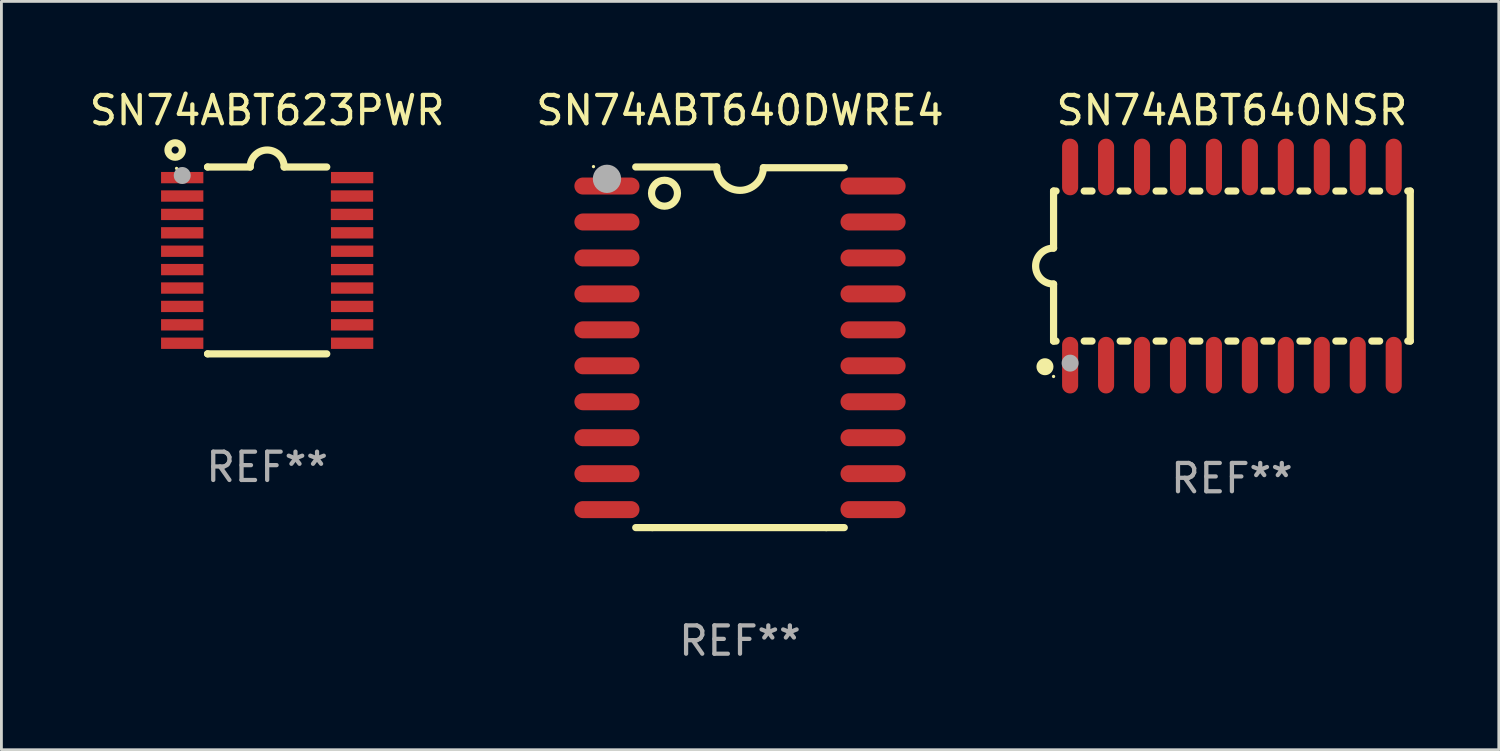
<source format=kicad_pcb>
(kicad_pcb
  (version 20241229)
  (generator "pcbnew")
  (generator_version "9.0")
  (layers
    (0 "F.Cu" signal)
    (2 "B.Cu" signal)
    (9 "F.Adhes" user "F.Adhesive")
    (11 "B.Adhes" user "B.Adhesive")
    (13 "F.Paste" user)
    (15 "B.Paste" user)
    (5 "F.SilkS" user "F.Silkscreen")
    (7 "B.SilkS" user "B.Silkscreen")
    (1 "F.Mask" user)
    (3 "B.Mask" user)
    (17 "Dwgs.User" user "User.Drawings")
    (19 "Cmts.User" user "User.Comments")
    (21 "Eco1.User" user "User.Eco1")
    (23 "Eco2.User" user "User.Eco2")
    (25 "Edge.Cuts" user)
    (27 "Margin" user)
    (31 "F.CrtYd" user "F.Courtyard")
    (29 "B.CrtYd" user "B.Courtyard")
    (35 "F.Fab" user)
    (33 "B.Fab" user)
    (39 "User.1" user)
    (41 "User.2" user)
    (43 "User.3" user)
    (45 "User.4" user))
  (footprint "SN74ABT640NSR"
    (layer "F.Cu")
    (at 40.465 6.348)
    (property "Reference" "SN74ABT640NSR" (at 0 -5.5 0) (layer "F.SilkS") (effects (font (size 1 1) (thickness 0.15))))
    (attr through_hole)
    (fp_line (start -6.3 -2.65) (end -6.3 -0.635) (stroke (width 0.254) (type solid)) (layer "F.SilkS"))
    (fp_line (start -6.3 -2.65) (end -6.212 -2.65) (stroke (width 0.254) (type solid)) (layer "F.SilkS"))
    (fp_line (start -6.3 2.65) (end -6.3 0.635) (stroke (width 0.254) (type solid)) (layer "F.SilkS"))
    (fp_line (start -6.3 2.65) (end -6.212 2.65) (stroke (width 0.254) (type solid)) (layer "F.SilkS"))
    (fp_line (start -5.218 -2.65) (end -4.942 -2.65) (stroke (width 0.254) (type solid)) (layer "F.SilkS"))
    (fp_line (start -5.218 2.65) (end -4.942 2.65) (stroke (width 0.254) (type solid)) (layer "F.SilkS"))
    (fp_line (start -3.948 -2.65) (end -3.672 -2.65) (stroke (width 0.254) (type solid)) (layer "F.SilkS"))
    (fp_line (start -3.948 2.65) (end -3.672 2.65) (stroke (width 0.254) (type solid)) (layer "F.SilkS"))
    (fp_line (start -2.678 -2.65) (end -2.402 -2.65) (stroke (width 0.254) (type solid)) (layer "F.SilkS"))
    (fp_line (start -2.678 2.65) (end -2.402 2.65) (stroke (width 0.254) (type solid)) (layer "F.SilkS"))
    (fp_line (start -1.408 -2.65) (end -1.132 -2.65) (stroke (width 0.254) (type solid)) (layer "F.SilkS"))
    (fp_line (start -1.408 2.65) (end -1.132 2.65) (stroke (width 0.254) (type solid)) (layer "F.SilkS"))
    (fp_line (start -0.138 -2.65) (end 0.138 -2.65) (stroke (width 0.254) (type solid)) (layer "F.SilkS"))
    (fp_line (start -0.138 2.65) (end 0.138 2.65) (stroke (width 0.254) (type solid)) (layer "F.SilkS"))
    (fp_line (start 1.132 -2.65) (end 1.408 -2.65) (stroke (width 0.254) (type solid)) (layer "F.SilkS"))
    (fp_line (start 1.132 2.65) (end 1.408 2.65) (stroke (width 0.254) (type solid)) (layer "F.SilkS"))
    (fp_line (start 2.402 -2.65) (end 2.678 -2.65) (stroke (width 0.254) (type solid)) (layer "F.SilkS"))
    (fp_line (start 2.402 2.65) (end 2.678 2.65) (stroke (width 0.254) (type solid)) (layer "F.SilkS"))
    (fp_line (start 3.672 -2.65) (end 3.948 -2.65) (stroke (width 0.254) (type solid)) (layer "F.SilkS"))
    (fp_line (start 3.672 2.65) (end 3.948 2.65) (stroke (width 0.254) (type solid)) (layer "F.SilkS"))
    (fp_line (start 4.942 -2.65) (end 5.218 -2.65) (stroke (width 0.254) (type solid)) (layer "F.SilkS"))
    (fp_line (start 4.942 2.65) (end 5.218 2.65) (stroke (width 0.254) (type solid)) (layer "F.SilkS"))
    (fp_line (start 6.212 -2.65) (end 6.3 -2.65) (stroke (width 0.254) (type solid)) (layer "F.SilkS"))
    (fp_line (start 6.212 2.65) (end 6.3 2.65) (stroke (width 0.254) (type solid)) (layer "F.SilkS"))
    (fp_line (start 6.3 -2.65) (end 6.3 2.65) (stroke (width 0.254) (type solid)) (layer "F.SilkS"))
    (fp_arc (start -6.299975 0.634874) (mid -6.933579 0.000127) (end -6.299213 -0.633858) (stroke (width 0.254001) (type solid)) (layer "F.SilkS"))
    (fp_circle (center -6.604 3.556) (end -6.454 3.556) (stroke (width 0.3) (type solid)) (fill no) (layer "F.SilkS"))
    (fp_circle (center -6.3 3.9) (end -6.27 3.9) (stroke (width 0.06) (type solid)) (fill no) (layer "F.SilkS"))
    (fp_circle (center -5.715 3.429) (end -5.565 3.429) (stroke (width 0.3) (type solid)) (fill no) (layer "F.Fab"))
    (fp_text user "REF**" (at 0 7.5 0) (layer "F.Fab") (effects (font (size 1 1) (thickness 0.15))))
    (pad "1" smd oval (at -5.715 3.5) (size 0.568 2) (layers "F.Cu" "F.Mask" "F.Paste"))
    (pad "2" smd oval (at -4.445 3.5) (size 0.568 2) (layers "F.Cu" "F.Mask" "F.Paste"))
    (pad "3" smd oval (at -3.175 3.5) (size 0.568 2) (layers "F.Cu" "F.Mask" "F.Paste"))
    (pad "4" smd oval (at -1.905 3.5) (size 0.568 2) (layers "F.Cu" "F.Mask" "F.Paste"))
    (pad "5" smd oval (at -0.635 3.5) (size 0.568 2) (layers "F.Cu" "F.Mask" "F.Paste"))
    (pad "6" smd oval (at 0.635 3.5) (size 0.568 2) (layers "F.Cu" "F.Mask" "F.Paste"))
    (pad "7" smd oval (at 1.905 3.5) (size 0.568 2) (layers "F.Cu" "F.Mask" "F.Paste"))
    (pad "8" smd oval (at 3.175 3.5) (size 0.568 2) (layers "F.Cu" "F.Mask" "F.Paste"))
    (pad "9" smd oval (at 4.445 3.5) (size 0.568 2) (layers "F.Cu" "F.Mask" "F.Paste"))
    (pad "10" smd oval (at 5.715 3.5) (size 0.568 2) (layers "F.Cu" "F.Mask" "F.Paste"))
    (pad "11" smd oval (at 5.715 -3.5) (size 0.568 2) (layers "F.Cu" "F.Mask" "F.Paste"))
    (pad "12" smd oval (at 4.445 -3.5) (size 0.568 2) (layers "F.Cu" "F.Mask" "F.Paste"))
    (pad "13" smd oval (at 3.175 -3.5) (size 0.568 2) (layers "F.Cu" "F.Mask" "F.Paste"))
    (pad "14" smd oval (at 1.905 -3.5) (size 0.568 2) (layers "F.Cu" "F.Mask" "F.Paste"))
    (pad "15" smd oval (at 0.635 -3.5) (size 0.568 2) (layers "F.Cu" "F.Mask" "F.Paste"))
    (pad "16" smd oval (at -0.635 -3.5) (size 0.568 2) (layers "F.Cu" "F.Mask" "F.Paste"))
    (pad "17" smd oval (at -1.905 -3.5) (size 0.568 2) (layers "F.Cu" "F.Mask" "F.Paste"))
    (pad "18" smd oval (at -3.175 -3.5) (size 0.568 2) (layers "F.Cu" "F.Mask" "F.Paste"))
    (pad "19" smd oval (at -4.445 -3.5) (size 0.568 2) (layers "F.Cu" "F.Mask" "F.Paste"))
    (pad "20" smd oval (at -5.715 -3.5) (size 0.568 2) (layers "F.Cu" "F.Mask" "F.Paste")))
  (footprint "SN74ABT640DWRE4"
    (layer "F.Cu")
    (at 23.089 9.217)
    (property "Reference" "SN74ABT640DWRE4" (at 0 -8.369 0) (layer "F.SilkS") (effects (font (size 1 1) (thickness 0.15))))
    (attr through_hole)
    (fp_line (start -3.096 6.369) (end -3.683 6.369) (stroke (width 0.254) (type solid)) (layer "F.SilkS"))
    (fp_line (start -0.825 -6.369) (end -3.683 -6.369) (stroke (width 0.254) (type solid)) (layer "F.SilkS"))
    (fp_line (start 0.826 -6.343) (end 3.683 -6.343) (stroke (width 0.254) (type solid)) (layer "F.SilkS"))
    (fp_line (start 3.048 6.369) (end -3.096 6.369) (stroke (width 0.254) (type solid)) (layer "F.SilkS"))
    (fp_line (start 3.048 6.369) (end 3.683 6.369) (stroke (width 0.254) (type solid)) (layer "F.SilkS"))
    (fp_arc (start 0.825527 -6.343129) (mid -0.012478 -5.543126) (end -0.825476 -6.36853) (stroke (width 0.254001) (type solid)) (layer "F.SilkS"))
    (fp_circle (center -5.175 -6.382) (end -5.145 -6.382) (stroke (width 0.06) (type solid)) (fill no) (layer "F.SilkS"))
    (fp_circle (center -2.667 -5.442) (end -2.209 -5.442) (stroke (width 0.254) (type solid)) (fill no) (layer "F.SilkS"))
    (fp_circle (center -4.699 -5.95) (end -4.449 -5.95) (stroke (width 0.5) (type solid)) (fill no) (layer "F.Fab"))
    (fp_text user "REF**" (at 0 10.369 0) (layer "F.Fab") (effects (font (size 1 1) (thickness 0.15))))
    (pad "1" smd oval (at -4.7 -5.696 90) (size 0.6 2.3) (layers "F.Cu" "F.Mask" "F.Paste"))
    (pad "2" smd oval (at -4.7 -4.426 90) (size 0.6 2.3) (layers "F.Cu" "F.Mask" "F.Paste"))
    (pad "3" smd oval (at -4.7 -3.156 90) (size 0.6 2.3) (layers "F.Cu" "F.Mask" "F.Paste"))
    (pad "4" smd oval (at -4.7 -1.886 90) (size 0.6 2.3) (layers "F.Cu" "F.Mask" "F.Paste"))
    (pad "5" smd oval (at -4.7 -0.616 90) (size 0.6 2.3) (layers "F.Cu" "F.Mask" "F.Paste"))
    (pad "6" smd oval (at -4.7 0.654 90) (size 0.6 2.3) (layers "F.Cu" "F.Mask" "F.Paste"))
    (pad "7" smd oval (at -4.7 1.924 90) (size 0.6 2.3) (layers "F.Cu" "F.Mask" "F.Paste"))
    (pad "8" smd oval (at -4.7 3.194 90) (size 0.6 2.3) (layers "F.Cu" "F.Mask" "F.Paste"))
    (pad "9" smd oval (at -4.7 4.464 90) (size 0.6 2.3) (layers "F.Cu" "F.Mask" "F.Paste"))
    (pad "10" smd oval (at -4.7 5.734 90) (size 0.6 2.3) (layers "F.Cu" "F.Mask" "F.Paste"))
    (pad "11" smd oval (at 4.7 5.734 90) (size 0.6 2.3) (layers "F.Cu" "F.Mask" "F.Paste"))
    (pad "12" smd oval (at 4.7 4.464 90) (size 0.6 2.3) (layers "F.Cu" "F.Mask" "F.Paste"))
    (pad "13" smd oval (at 4.7 3.194 90) (size 0.6 2.3) (layers "F.Cu" "F.Mask" "F.Paste"))
    (pad "14" smd oval (at 4.7 1.924 90) (size 0.6 2.3) (layers "F.Cu" "F.Mask" "F.Paste"))
    (pad "15" smd oval (at 4.7 0.654 90) (size 0.6 2.3) (layers "F.Cu" "F.Mask" "F.Paste"))
    (pad "16" smd oval (at 4.7 -0.616 90) (size 0.6 2.3) (layers "F.Cu" "F.Mask" "F.Paste"))
    (pad "17" smd oval (at 4.7 -1.886 90) (size 0.6 2.3) (layers "F.Cu" "F.Mask" "F.Paste"))
    (pad "18" smd oval (at 4.7 -3.156 90) (size 0.6 2.3) (layers "F.Cu" "F.Mask" "F.Paste"))
    (pad "19" smd oval (at 4.7 -4.426 90) (size 0.6 2.3) (layers "F.Cu" "F.Mask" "F.Paste"))
    (pad "20" smd oval (at 4.7 -5.696 90) (size 0.6 2.3) (layers "F.Cu" "F.Mask" "F.Paste")))
  (footprint "SN74ABT623PWR"
    (layer "F.Cu")
    (at 6.387 6.149)
    (property "Reference" "SN74ABT623PWR" (at 0 -5.3 0) (layer "F.SilkS") (effects (font (size 1 1) (thickness 0.15))))
    (attr through_hole)
    (fp_line (start -2.105 -3.3) (end -2.105 -3.3) (stroke (width 0.254) (type solid)) (layer "F.SilkS"))
    (fp_line (start -2.105 -3.3) (end -0.6 -3.3) (stroke (width 0.254) (type solid)) (layer "F.SilkS"))
    (fp_line (start -2.105 3.3) (end -2.105 3.3) (stroke (width 0.254) (type solid)) (layer "F.SilkS"))
    (fp_line (start 0.6 -3.3) (end 2.105 -3.3) (stroke (width 0.254) (type solid)) (layer "F.SilkS"))
    (fp_line (start 2.105 3.3) (end -2.105 3.3) (stroke (width 0.254) (type solid)) (layer "F.SilkS"))
    (fp_arc (start -0.599924 -3.300026) (mid 0.000114 -3.897415) (end 0.600152 -3.300025) (stroke (width 0.254001) (type solid)) (layer "F.SilkS"))
    (fp_circle (center -3.25 -3.9) (end -2.996 -3.9) (stroke (width 0.254) (type solid)) (fill no) (layer "F.SilkS"))
    (fp_circle (center -3.2 -3.25) (end -3.17 -3.25) (stroke (width 0.06) (type solid)) (fill no) (layer "F.SilkS"))
    (fp_circle (center -3 -3) (end -2.85 -3) (stroke (width 0.3) (type solid)) (fill no) (layer "F.Fab"))
    (fp_text user "REF**" (at 0 7.3 0) (layer "F.Fab") (effects (font (size 1 1) (thickness 0.15))))
    (pad "1" smd rect (at -3.001 -2.925 270) (size 0.4 1.494) (layers "F.Cu" "F.Mask" "F.Paste"))
    (pad "2" smd rect (at -3.001 -2.275 270) (size 0.4 1.494) (layers "F.Cu" "F.Mask" "F.Paste"))
    (pad "3" smd rect (at -3.001 -1.625 270) (size 0.4 1.494) (layers "F.Cu" "F.Mask" "F.Paste"))
    (pad "4" smd rect (at -3.001 -0.975 270) (size 0.4 1.494) (layers "F.Cu" "F.Mask" "F.Paste"))
    (pad "5" smd rect (at -3.001 -0.325 270) (size 0.4 1.494) (layers "F.Cu" "F.Mask" "F.Paste"))
    (pad "6" smd rect (at -3.001 0.324 270) (size 0.4 1.494) (layers "F.Cu" "F.Mask" "F.Paste"))
    (pad "7" smd rect (at -3.001 0.975 270) (size 0.4 1.494) (layers "F.Cu" "F.Mask" "F.Paste"))
    (pad "8" smd rect (at -3.001 1.625 270) (size 0.4 1.494) (layers "F.Cu" "F.Mask" "F.Paste"))
    (pad "9" smd rect (at -3.001 2.275 270) (size 0.4 1.494) (layers "F.Cu" "F.Mask" "F.Paste"))
    (pad "10" smd rect (at -3.001 2.925 270) (size 0.4 1.494) (layers "F.Cu" "F.Mask" "F.Paste"))
    (pad "11" smd rect (at 3.001 2.925 270) (size 0.4 1.494) (layers "F.Cu" "F.Mask" "F.Paste"))
    (pad "12" smd rect (at 3.001 2.275 270) (size 0.4 1.494) (layers "F.Cu" "F.Mask" "F.Paste"))
    (pad "13" smd rect (at 3.001 1.625 270) (size 0.4 1.494) (layers "F.Cu" "F.Mask" "F.Paste"))
    (pad "14" smd rect (at 3.001 0.975 270) (size 0.4 1.494) (layers "F.Cu" "F.Mask" "F.Paste"))
    (pad "15" smd rect (at 3.001 0.325 270) (size 0.4 1.494) (layers "F.Cu" "F.Mask" "F.Paste"))
    (pad "16" smd rect (at 3.001 -0.325 270) (size 0.4 1.494) (layers "F.Cu" "F.Mask" "F.Paste"))
    (pad "17" smd rect (at 3.001 -0.975 270) (size 0.4 1.494) (layers "F.Cu" "F.Mask" "F.Paste"))
    (pad "18" smd rect (at 2.996 -1.625 270) (size 0.4 1.494) (layers "F.Cu" "F.Mask" "F.Paste"))
    (pad "19" smd rect (at 2.996 -2.275 270) (size 0.4 1.494) (layers "F.Cu" "F.Mask" "F.Paste"))
    (pad "20" smd rect (at 3.001 -2.925 270) (size 0.4 1.494) (layers "F.Cu" "F.Mask" "F.Paste")))
  (gr_rect
    (start -3 -3)
    (end 49.892 23.434)
    (stroke (width 0.1) (type default))
    (fill no)
    (layer "Edge.Cuts")))
</source>
